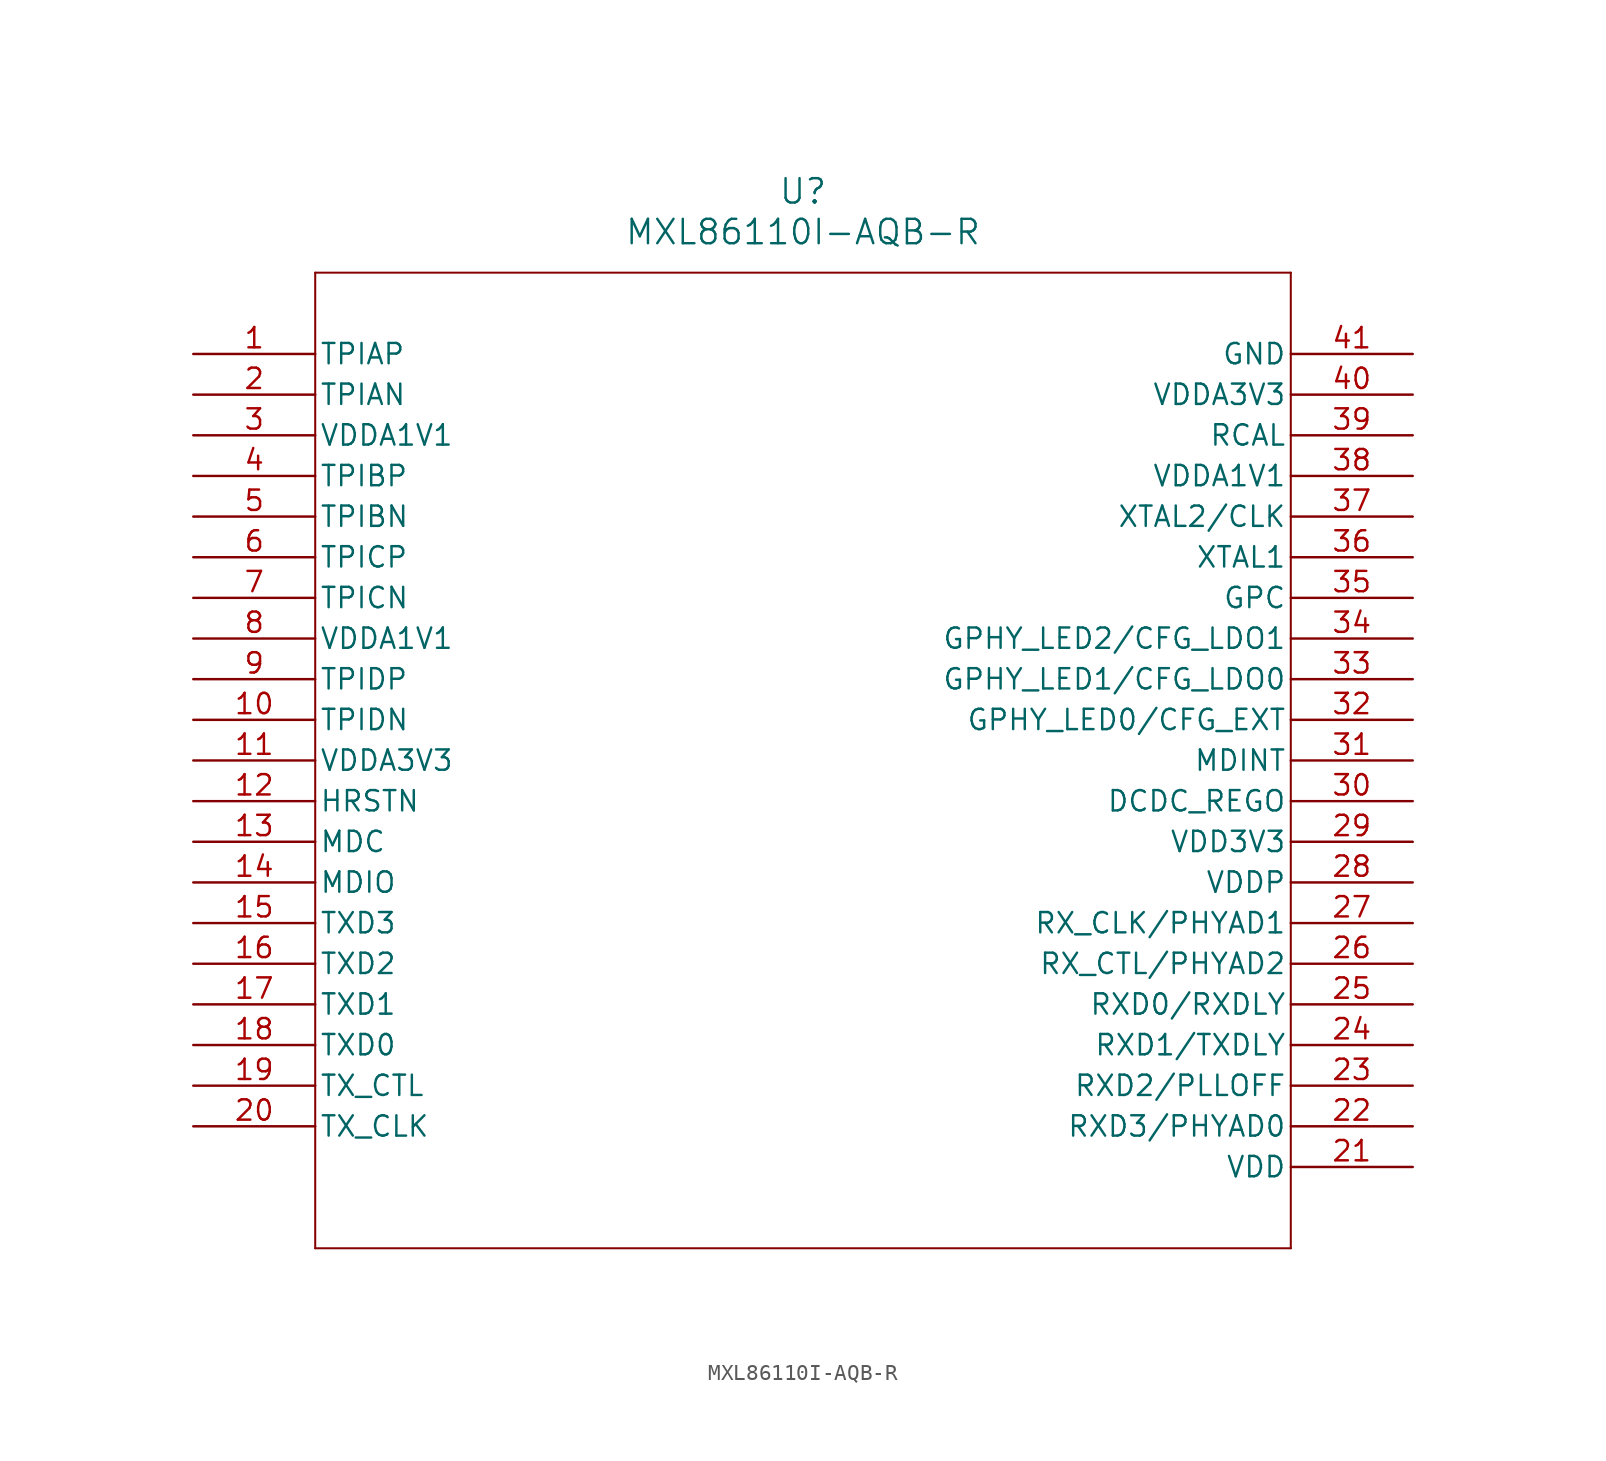
<source format=kicad_sym>
(kicad_symbol_lib
  (version 20211014)
  (generator kicad_symbol_editor)
  (symbol "MXL86110I-AQB-R"
    (pin_names
      (offset 0.254))
    (property "Reference" "U"
      (at 38.1 10.16 0)
      (effects (font (size 1.524 1.524))))
    (property "Value" "MXL86110I-AQB-R"
      (at 38.1 7.62 0)
      (effects (font (size 1.524 1.524))))
    (symbol "MXL86110I-AQB-R_0_1"
      (polyline (pts (xy 7.62 5.08) (xy 7.62 -55.88)) (stroke (width 0.127) (type default) (color 0 0 0 0)) (fill (type none)))
      (polyline (pts (xy 7.62 -55.88) (xy 68.58 -55.88)) (stroke (width 0.127) (type default) (color 0 0 0 0)) (fill (type none)))
      (polyline (pts (xy 68.58 -55.88) (xy 68.58 5.08)) (stroke (width 0.127) (type default) (color 0 0 0 0)) (fill (type none)))
      (polyline (pts (xy 68.58 5.08) (xy 7.62 5.08)) (stroke (width 0.127) (type default) (color 0 0 0 0)) (fill (type none)))
      (pin unspecified line (at 0 0 0) (length 7.62) (name "TPIAP" (effects (font (size 1.27 1.27)))) (number "1" (effects (font (size 1.27 1.27)))))
      (pin unspecified line (at 0 -2.54 0) (length 7.62) (name "TPIAN" (effects (font (size 1.27 1.27)))) (number "2" (effects (font (size 1.27 1.27)))))
      (pin power_in line (at 0 -5.08 0) (length 7.62) (name "VDDA1V1" (effects (font (size 1.27 1.27)))) (number "3" (effects (font (size 1.27 1.27)))))
      (pin unspecified line (at 0 -7.62 0) (length 7.62) (name "TPIBP" (effects (font (size 1.27 1.27)))) (number "4" (effects (font (size 1.27 1.27)))))
      (pin unspecified line (at 0 -10.16 0) (length 7.62) (name "TPIBN" (effects (font (size 1.27 1.27)))) (number "5" (effects (font (size 1.27 1.27)))))
      (pin unspecified line (at 0 -12.7 0) (length 7.62) (name "TPICP" (effects (font (size 1.27 1.27)))) (number "6" (effects (font (size 1.27 1.27)))))
      (pin unspecified line (at 0 -15.24 0) (length 7.62) (name "TPICN" (effects (font (size 1.27 1.27)))) (number "7" (effects (font (size 1.27 1.27)))))
      (pin power_in line (at 0 -17.78 0) (length 7.62) (name "VDDA1V1" (effects (font (size 1.27 1.27)))) (number "8" (effects (font (size 1.27 1.27)))))
      (pin unspecified line (at 0 -20.32 0) (length 7.62) (name "TPIDP" (effects (font (size 1.27 1.27)))) (number "9" (effects (font (size 1.27 1.27)))))
      (pin unspecified line (at 0 -22.86 0) (length 7.62) (name "TPIDN" (effects (font (size 1.27 1.27)))) (number "10" (effects (font (size 1.27 1.27)))))
      (pin power_in line (at 0 -25.4 0) (length 7.62) (name "VDDA3V3" (effects (font (size 1.27 1.27)))) (number "11" (effects (font (size 1.27 1.27)))))
      (pin input line (at 0 -27.94 0) (length 7.62) (name "HRSTN" (effects (font (size 1.27 1.27)))) (number "12" (effects (font (size 1.27 1.27)))))
      (pin input line (at 0 -30.48 0) (length 7.62) (name "MDC" (effects (font (size 1.27 1.27)))) (number "13" (effects (font (size 1.27 1.27)))))
      (pin bidirectional line (at 0 -33.02 0) (length 7.62) (name "MDIO" (effects (font (size 1.27 1.27)))) (number "14" (effects (font (size 1.27 1.27)))))
      (pin input line (at 0 -35.56 0) (length 7.62) (name "TXD3" (effects (font (size 1.27 1.27)))) (number "15" (effects (font (size 1.27 1.27)))))
      (pin input line (at 0 -38.1 0) (length 7.62) (name "TXD2" (effects (font (size 1.27 1.27)))) (number "16" (effects (font (size 1.27 1.27)))))
      (pin input line (at 0 -40.64 0) (length 7.62) (name "TXD1" (effects (font (size 1.27 1.27)))) (number "17" (effects (font (size 1.27 1.27)))))
      (pin input line (at 0 -43.18 0) (length 7.62) (name "TXD0" (effects (font (size 1.27 1.27)))) (number "18" (effects (font (size 1.27 1.27)))))
      (pin input line (at 0 -45.72 0) (length 7.62) (name "TX_CTL" (effects (font (size 1.27 1.27)))) (number "19" (effects (font (size 1.27 1.27)))))
      (pin input line (at 0 -48.26 0) (length 7.62) (name "TX_CLK" (effects (font (size 1.27 1.27)))) (number "20" (effects (font (size 1.27 1.27)))))
      (pin power_in line (at 76.2 -50.8 180) (length 7.62) (name "VDD" (effects (font (size 1.27 1.27)))) (number "21" (effects (font (size 1.27 1.27)))))
      (pin bidirectional line (at 76.2 -48.26 180) (length 7.62) (name "RXD3/PHYAD0" (effects (font (size 1.27 1.27)))) (number "22" (effects (font (size 1.27 1.27)))))
      (pin bidirectional line (at 76.2 -45.72 180) (length 7.62) (name "RXD2/PLLOFF" (effects (font (size 1.27 1.27)))) (number "23" (effects (font (size 1.27 1.27)))))
      (pin bidirectional line (at 76.2 -43.18 180) (length 7.62) (name "RXD1/TXDLY" (effects (font (size 1.27 1.27)))) (number "24" (effects (font (size 1.27 1.27)))))
      (pin bidirectional line (at 76.2 -40.64 180) (length 7.62) (name "RXD0/RXDLY" (effects (font (size 1.27 1.27)))) (number "25" (effects (font (size 1.27 1.27)))))
      (pin bidirectional line (at 76.2 -38.1 180) (length 7.62) (name "RX_CTL/PHYAD2" (effects (font (size 1.27 1.27)))) (number "26" (effects (font (size 1.27 1.27)))))
      (pin bidirectional line (at 76.2 -35.56 180) (length 7.62) (name "RX_CLK/PHYAD1" (effects (font (size 1.27 1.27)))) (number "27" (effects (font (size 1.27 1.27)))))
      (pin power_in line (at 76.2 -33.02 180) (length 7.62) (name "VDDP" (effects (font (size 1.27 1.27)))) (number "28" (effects (font (size 1.27 1.27)))))
      (pin power_in line (at 76.2 -30.48 180) (length 7.62) (name "VDD3V3" (effects (font (size 1.27 1.27)))) (number "29" (effects (font (size 1.27 1.27)))))
      (pin power_in line (at 76.2 -27.94 180) (length 7.62) (name "DCDC_REGO" (effects (font (size 1.27 1.27)))) (number "30" (effects (font (size 1.27 1.27)))))
      (pin output line (at 76.2 -25.4 180) (length 7.62) (name "MDINT" (effects (font (size 1.27 1.27)))) (number "31" (effects (font (size 1.27 1.27)))))
      (pin bidirectional line (at 76.2 -22.86 180) (length 7.62) (name "GPHY_LED0/CFG_EXT" (effects (font (size 1.27 1.27)))) (number "32" (effects (font (size 1.27 1.27)))))
      (pin bidirectional line (at 76.2 -20.32 180) (length 7.62) (name "GPHY_LED1/CFG_LDO0" (effects (font (size 1.27 1.27)))) (number "33" (effects (font (size 1.27 1.27)))))
      (pin output line (at 76.2 -17.78 180) (length 7.62) (name "GPHY_LED2/CFG_LDO1" (effects (font (size 1.27 1.27)))) (number "34" (effects (font (size 1.27 1.27)))))
      (pin output line (at 76.2 -15.24 180) (length 7.62) (name "GPC" (effects (font (size 1.27 1.27)))) (number "35" (effects (font (size 1.27 1.27)))))
      (pin unspecified line (at 76.2 -12.7 180) (length 7.62) (name "XTAL1" (effects (font (size 1.27 1.27)))) (number "36" (effects (font (size 1.27 1.27)))))
      (pin unspecified line (at 76.2 -10.16 180) (length 7.62) (name "XTAL2/CLK" (effects (font (size 1.27 1.27)))) (number "37" (effects (font (size 1.27 1.27)))))
      (pin power_in line (at 76.2 -7.62 180) (length 7.62) (name "VDDA1V1" (effects (font (size 1.27 1.27)))) (number "38" (effects (font (size 1.27 1.27)))))
      (pin unspecified line (at 76.2 -5.08 180) (length 7.62) (name "RCAL" (effects (font (size 1.27 1.27)))) (number "39" (effects (font (size 1.27 1.27)))))
      (pin power_in line (at 76.2 -2.54 180) (length 7.62) (name "VDDA3V3" (effects (font (size 1.27 1.27)))) (number "40" (effects (font (size 1.27 1.27)))))
      (pin power_out line (at 76.2 0 180) (length 7.62) (name "GND" (effects (font (size 1.27 1.27)))) (number "41" (effects (font (size 1.27 1.27))))))))
</source>
